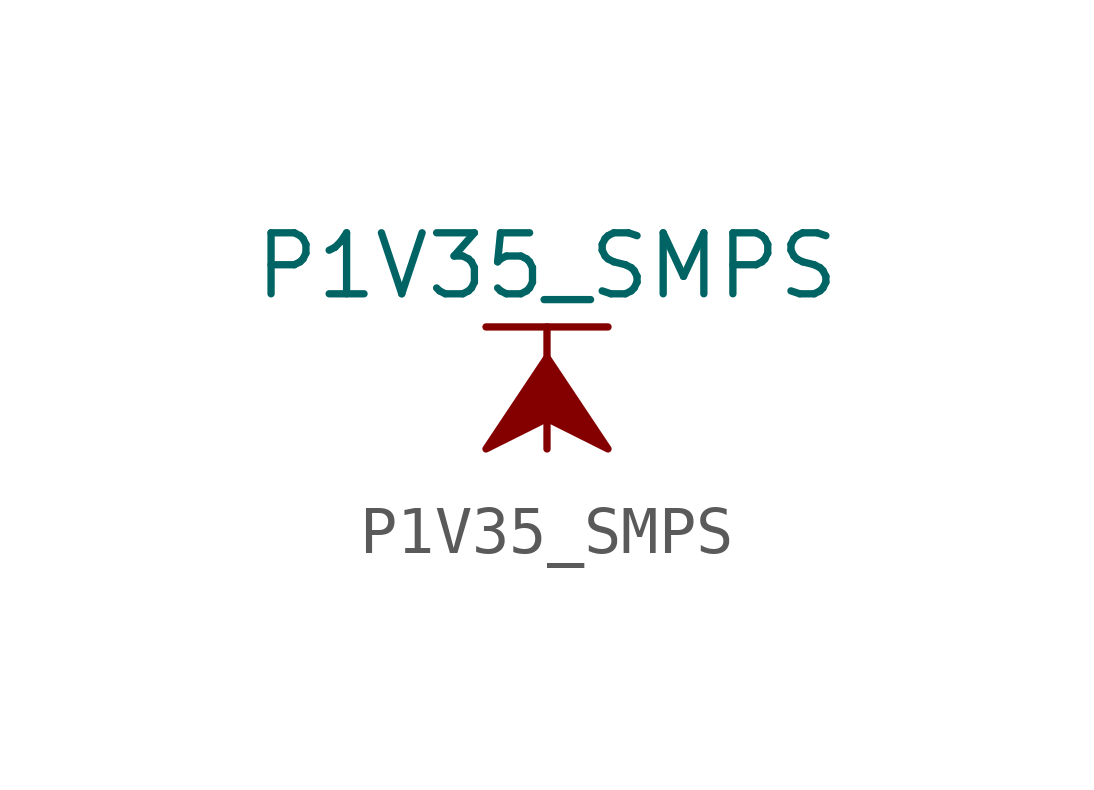
<source format=kicad_sym>
(kicad_symbol_lib
  (version 20211014)
  (generator kicad_symbol_editor)
  (symbol "P1V35_SMPS"
    (power)
    (pin_names
      (offset 0))
    (property "Reference" "#PWR"
      (at 0 -3.81 0)
      (effects (font (size 1.27 1.27)) hide))
    (property "Value" "P1V35_SMPS"
      (at 0 3.81 0)
      (effects (font (size 1.27 1.27))))
    (symbol "P1V35_SMPS_0_1"
      (polyline (pts (xy -1.27 2.54) (xy 1.27 2.54)) (stroke (width 0.152) (type default) (color 0 0 0 0)) (fill (type none)))
      (polyline (pts (xy 0 0) (xy 0 2.54)) (stroke (width 0.152) (type default) (color 0 0 0 0)) (fill (type none)))
      (polyline (pts (xy 0 1.905) (xy -1.27 0) (xy 0 0.635) (xy 1.27 0) (xy 0 1.905)) (stroke (width 0.152) (type default) (color 0 0 0 0)) (fill (type outline))))
    (symbol "P1V35_SMPS_1_1"
      (pin power_in line (at 0 0 90) (length 0) hide (name "P1V35_SMPS" (effects (font (size 1.27 1.27)))) (number "1" (effects (font (size 1.27 1.27))))))))
</source>
